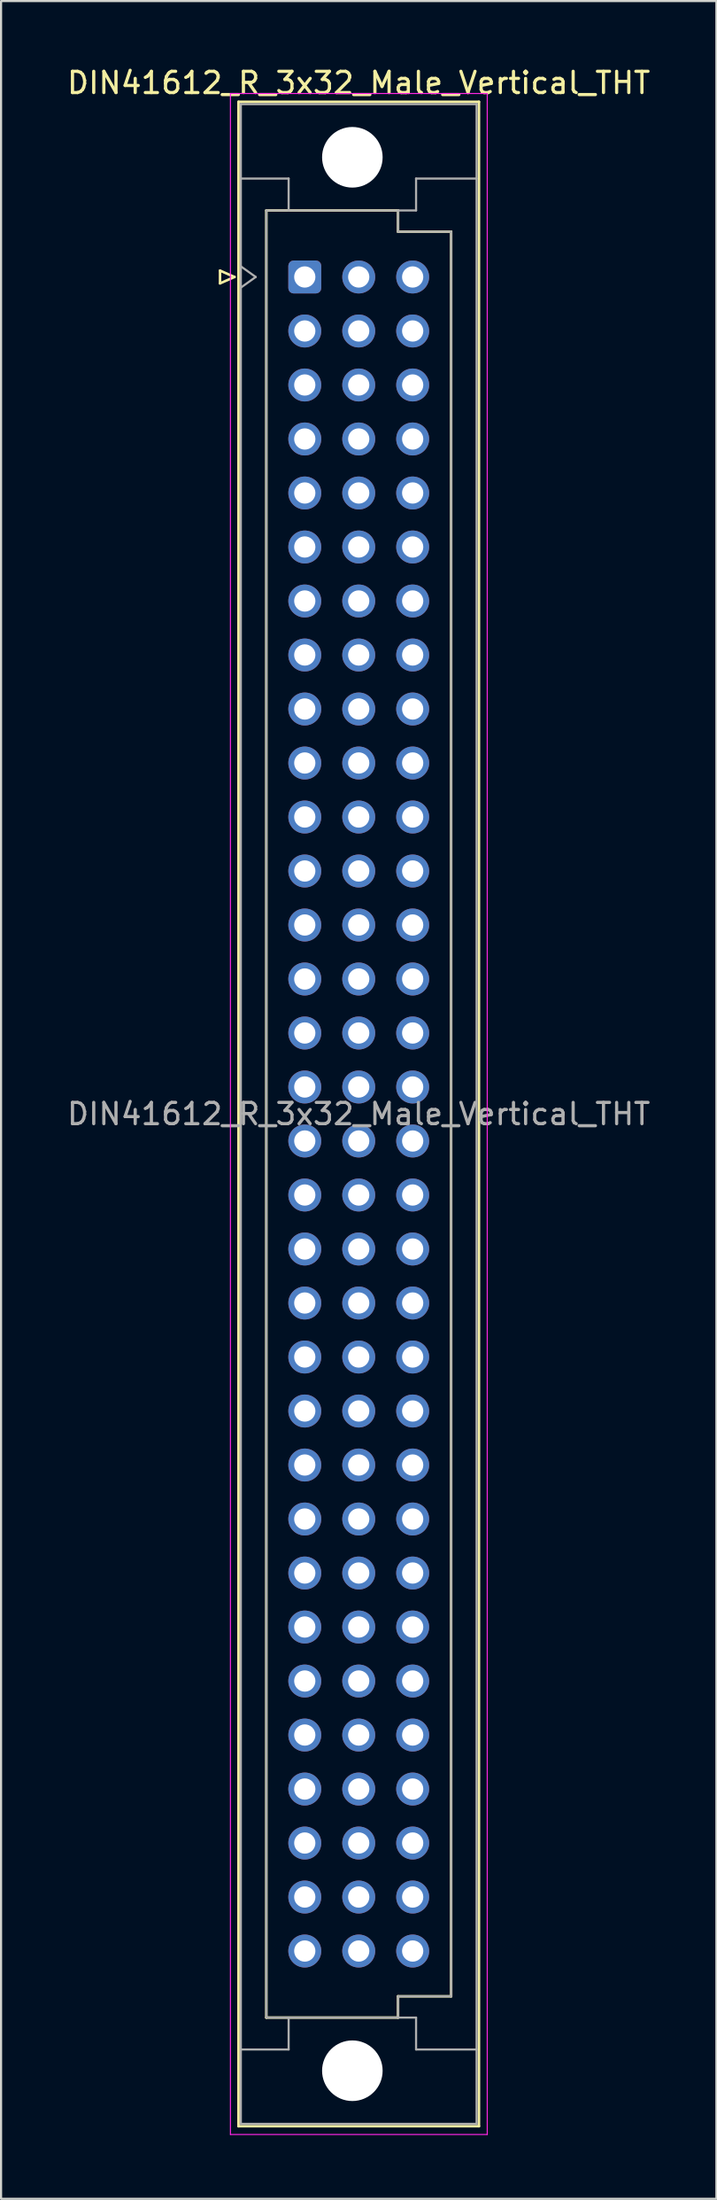
<source format=kicad_pcb>
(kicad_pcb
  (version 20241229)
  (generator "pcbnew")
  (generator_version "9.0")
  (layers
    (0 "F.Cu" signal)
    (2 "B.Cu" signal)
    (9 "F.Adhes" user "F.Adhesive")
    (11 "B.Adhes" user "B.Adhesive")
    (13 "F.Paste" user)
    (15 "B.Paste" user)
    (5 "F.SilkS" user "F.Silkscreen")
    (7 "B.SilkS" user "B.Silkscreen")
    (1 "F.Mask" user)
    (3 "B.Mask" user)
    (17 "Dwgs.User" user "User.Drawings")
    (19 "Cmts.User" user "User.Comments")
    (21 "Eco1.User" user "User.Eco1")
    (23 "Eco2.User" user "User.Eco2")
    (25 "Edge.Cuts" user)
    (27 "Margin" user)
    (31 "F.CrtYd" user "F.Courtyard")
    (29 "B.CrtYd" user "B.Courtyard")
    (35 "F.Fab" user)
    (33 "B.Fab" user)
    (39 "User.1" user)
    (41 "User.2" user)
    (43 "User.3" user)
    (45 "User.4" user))
  (footprint "DIN41612_R_3x32_Male_Vertical_THT"
    (layer "F.Cu")
    (at 11.299 9.978)
    (property "Reference" "DIN41612_R_3x32_Male_Vertical_THT" (at 2.54 -9.13 0) (layer "F.SilkS") (effects (font (size 1 1) (thickness 0.15))))
    (attr through_hole)
    (fp_line (start -3.99 -0.3) (end -3.99 0.3) (stroke (width 0.12) (type solid)) (layer "F.SilkS"))
    (fp_line (start -3.99 0.3) (end -3.31 0) (stroke (width 0.12) (type solid)) (layer "F.SilkS"))
    (fp_line (start -3.31 0) (end -3.99 -0.3) (stroke (width 0.12) (type solid)) (layer "F.SilkS"))
    (fp_line (start -3.12 -8.24) (end 8.2 -8.24) (stroke (width 0.12) (type solid)) (layer "F.SilkS"))
    (fp_line (start -3.12 86.98) (end -3.12 -8.24) (stroke (width 0.12) (type solid)) (layer "F.SilkS"))
    (fp_line (start -1.81 -3.131) (end 4.39 -3.131) (stroke (width 0.12) (type solid)) (layer "F.SilkS"))
    (fp_line (start -1.81 81.87) (end -1.81 -3.131) (stroke (width 0.12) (type solid)) (layer "F.SilkS"))
    (fp_line (start 4.39 -3.131) (end 4.39 -2.131) (stroke (width 0.12) (type solid)) (layer "F.SilkS"))
    (fp_line (start 4.39 -2.131) (end 6.89 -2.131) (stroke (width 0.12) (type solid)) (layer "F.SilkS"))
    (fp_line (start 4.39 80.87) (end 4.39 81.87) (stroke (width 0.12) (type solid)) (layer "F.SilkS"))
    (fp_line (start 4.39 81.87) (end -1.81 81.87) (stroke (width 0.12) (type solid)) (layer "F.SilkS"))
    (fp_line (start 6.89 -2.131) (end 6.89 80.87) (stroke (width 0.12) (type solid)) (layer "F.SilkS"))
    (fp_line (start 6.89 80.87) (end 4.39 80.87) (stroke (width 0.12) (type solid)) (layer "F.SilkS"))
    (fp_line (start 8.2 -8.24) (end 8.2 86.98) (stroke (width 0.12) (type solid)) (layer "F.SilkS"))
    (fp_line (start 8.2 86.98) (end -3.12 86.98) (stroke (width 0.12) (type solid)) (layer "F.SilkS"))
    (fp_line (start -3.5 -8.63) (end 8.59 -8.63) (stroke (width 0.05) (type solid)) (layer "F.CrtYd"))
    (fp_line (start -3.5 87.37) (end -3.5 -8.63) (stroke (width 0.05) (type solid)) (layer "F.CrtYd"))
    (fp_line (start 8.59 -8.63) (end 8.59 87.37) (stroke (width 0.05) (type solid)) (layer "F.CrtYd"))
    (fp_line (start 8.59 87.37) (end -3.5 87.37) (stroke (width 0.05) (type solid)) (layer "F.CrtYd"))
    (fp_line (start -3.01 -8.13) (end 8.09 -8.13) (stroke (width 0.1) (type solid)) (layer "F.Fab"))
    (fp_line (start -3.01 -4.63) (end -0.76 -4.63) (stroke (width 0.1) (type solid)) (layer "F.Fab"))
    (fp_line (start -3.01 -0.5) (end -2.31 0) (stroke (width 0.1) (type solid)) (layer "F.Fab"))
    (fp_line (start -3.01 83.37) (end -0.76 83.37) (stroke (width 0.1) (type solid)) (layer "F.Fab"))
    (fp_line (start -3.01 86.87) (end -3.01 -8.13) (stroke (width 0.1) (type solid)) (layer "F.Fab"))
    (fp_line (start -2.31 0) (end -3.01 0.5) (stroke (width 0.1) (type solid)) (layer "F.Fab"))
    (fp_line (start -1.81 -3.13) (end 4.39 -3.13) (stroke (width 0.1) (type solid)) (layer "F.Fab"))
    (fp_line (start -1.81 81.87) (end -1.81 -3.13) (stroke (width 0.1) (type solid)) (layer "F.Fab"))
    (fp_line (start -0.76 -4.63) (end -0.76 -3.13) (stroke (width 0.1) (type solid)) (layer "F.Fab"))
    (fp_line (start -0.76 83.37) (end -0.76 81.87) (stroke (width 0.1) (type solid)) (layer "F.Fab"))
    (fp_line (start 4.39 -3.13) (end 4.39 -2.13) (stroke (width 0.1) (type solid)) (layer "F.Fab"))
    (fp_line (start 4.39 -3.13) (end 5.24 -3.13) (stroke (width 0.1) (type solid)) (layer "F.Fab"))
    (fp_line (start 4.39 -2.13) (end 6.89 -2.13) (stroke (width 0.1) (type solid)) (layer "F.Fab"))
    (fp_line (start 4.39 80.87) (end 4.39 81.87) (stroke (width 0.1) (type solid)) (layer "F.Fab"))
    (fp_line (start 4.39 81.87) (end -1.81 81.87) (stroke (width 0.1) (type solid)) (layer "F.Fab"))
    (fp_line (start 4.39 81.87) (end 5.24 81.87) (stroke (width 0.1) (type solid)) (layer "F.Fab"))
    (fp_line (start 5.24 -4.63) (end 8.09 -4.63) (stroke (width 0.1) (type solid)) (layer "F.Fab"))
    (fp_line (start 5.24 -3.13) (end 5.24 -4.63) (stroke (width 0.1) (type solid)) (layer "F.Fab"))
    (fp_line (start 5.24 81.87) (end 5.24 83.37) (stroke (width 0.1) (type solid)) (layer "F.Fab"))
    (fp_line (start 5.24 83.37) (end 8.09 83.37) (stroke (width 0.1) (type solid)) (layer "F.Fab"))
    (fp_line (start 6.89 -2.13) (end 6.89 80.87) (stroke (width 0.1) (type solid)) (layer "F.Fab"))
    (fp_line (start 6.89 80.87) (end 4.39 80.87) (stroke (width 0.1) (type solid)) (layer "F.Fab"))
    (fp_line (start 8.09 -8.13) (end 8.09 86.87) (stroke (width 0.1) (type solid)) (layer "F.Fab"))
    (fp_line (start 8.09 86.87) (end -3.01 86.87) (stroke (width 0.1) (type solid)) (layer "F.Fab"))
    (fp_text user "${REFERENCE}" (at 2.54 39.37 0) (layer "F.Fab") (effects (font (size 1 1) (thickness 0.15))))
    (pad "" np_thru_hole circle (at 2.24 -5.63) (size 2.85 2.85) (drill 2.85) (layers "*.Cu" "*.Mask"))
    (pad "" np_thru_hole circle (at 2.24 84.37) (size 2.85 2.85) (drill 2.85) (layers "*.Cu" "*.Mask"))
    (pad "a1" thru_hole roundrect (at 0 0) (size 1.55 1.55) (drill 1) (layers "*.Cu" "*.Mask") (roundrect_rratio 0.161))
    (pad "a2" thru_hole circle (at 0 2.54) (size 1.55 1.55) (drill 1) (layers "*.Cu" "*.Mask"))
    (pad "a3" thru_hole circle (at 0 5.08) (size 1.55 1.55) (drill 1) (layers "*.Cu" "*.Mask"))
    (pad "a4" thru_hole circle (at 0 7.62) (size 1.55 1.55) (drill 1) (layers "*.Cu" "*.Mask"))
    (pad "a5" thru_hole circle (at 0 10.16) (size 1.55 1.55) (drill 1) (layers "*.Cu" "*.Mask"))
    (pad "a6" thru_hole circle (at 0 12.7) (size 1.55 1.55) (drill 1) (layers "*.Cu" "*.Mask"))
    (pad "a7" thru_hole circle (at 0 15.24) (size 1.55 1.55) (drill 1) (layers "*.Cu" "*.Mask"))
    (pad "a8" thru_hole circle (at 0 17.78) (size 1.55 1.55) (drill 1) (layers "*.Cu" "*.Mask"))
    (pad "a9" thru_hole circle (at 0 20.32) (size 1.55 1.55) (drill 1) (layers "*.Cu" "*.Mask"))
    (pad "a10" thru_hole circle (at 0 22.86) (size 1.55 1.55) (drill 1) (layers "*.Cu" "*.Mask"))
    (pad "a11" thru_hole circle (at 0 25.4) (size 1.55 1.55) (drill 1) (layers "*.Cu" "*.Mask"))
    (pad "a12" thru_hole circle (at 0 27.94) (size 1.55 1.55) (drill 1) (layers "*.Cu" "*.Mask"))
    (pad "a13" thru_hole circle (at 0 30.48) (size 1.55 1.55) (drill 1) (layers "*.Cu" "*.Mask"))
    (pad "a14" thru_hole circle (at 0 33.02) (size 1.55 1.55) (drill 1) (layers "*.Cu" "*.Mask"))
    (pad "a15" thru_hole circle (at 0 35.56) (size 1.55 1.55) (drill 1) (layers "*.Cu" "*.Mask"))
    (pad "a16" thru_hole circle (at 0 38.1) (size 1.55 1.55) (drill 1) (layers "*.Cu" "*.Mask"))
    (pad "a17" thru_hole circle (at 0 40.64) (size 1.55 1.55) (drill 1) (layers "*.Cu" "*.Mask"))
    (pad "a18" thru_hole circle (at 0 43.18) (size 1.55 1.55) (drill 1) (layers "*.Cu" "*.Mask"))
    (pad "a19" thru_hole circle (at 0 45.72) (size 1.55 1.55) (drill 1) (layers "*.Cu" "*.Mask"))
    (pad "a20" thru_hole circle (at 0 48.26) (size 1.55 1.55) (drill 1) (layers "*.Cu" "*.Mask"))
    (pad "a21" thru_hole circle (at 0 50.8) (size 1.55 1.55) (drill 1) (layers "*.Cu" "*.Mask"))
    (pad "a22" thru_hole circle (at 0 53.34) (size 1.55 1.55) (drill 1) (layers "*.Cu" "*.Mask"))
    (pad "a23" thru_hole circle (at 0 55.88) (size 1.55 1.55) (drill 1) (layers "*.Cu" "*.Mask"))
    (pad "a24" thru_hole circle (at 0 58.42) (size 1.55 1.55) (drill 1) (layers "*.Cu" "*.Mask"))
    (pad "a25" thru_hole circle (at 0 60.96) (size 1.55 1.55) (drill 1) (layers "*.Cu" "*.Mask"))
    (pad "a26" thru_hole circle (at 0 63.5) (size 1.55 1.55) (drill 1) (layers "*.Cu" "*.Mask"))
    (pad "a27" thru_hole circle (at 0 66.04) (size 1.55 1.55) (drill 1) (layers "*.Cu" "*.Mask"))
    (pad "a28" thru_hole circle (at 0 68.58) (size 1.55 1.55) (drill 1) (layers "*.Cu" "*.Mask"))
    (pad "a29" thru_hole circle (at 0 71.12) (size 1.55 1.55) (drill 1) (layers "*.Cu" "*.Mask"))
    (pad "a30" thru_hole circle (at 0 73.66) (size 1.55 1.55) (drill 1) (layers "*.Cu" "*.Mask"))
    (pad "a31" thru_hole circle (at 0 76.2) (size 1.55 1.55) (drill 1) (layers "*.Cu" "*.Mask"))
    (pad "a32" thru_hole circle (at 0 78.74) (size 1.55 1.55) (drill 1) (layers "*.Cu" "*.Mask"))
    (pad "b1" thru_hole circle (at 2.54 0) (size 1.55 1.55) (drill 1) (layers "*.Cu" "*.Mask"))
    (pad "b2" thru_hole circle (at 2.54 2.54) (size 1.55 1.55) (drill 1) (layers "*.Cu" "*.Mask"))
    (pad "b3" thru_hole circle (at 2.54 5.08) (size 1.55 1.55) (drill 1) (layers "*.Cu" "*.Mask"))
    (pad "b4" thru_hole circle (at 2.54 7.62) (size 1.55 1.55) (drill 1) (layers "*.Cu" "*.Mask"))
    (pad "b5" thru_hole circle (at 2.54 10.16) (size 1.55 1.55) (drill 1) (layers "*.Cu" "*.Mask"))
    (pad "b6" thru_hole circle (at 2.54 12.7) (size 1.55 1.55) (drill 1) (layers "*.Cu" "*.Mask"))
    (pad "b7" thru_hole circle (at 2.54 15.24) (size 1.55 1.55) (drill 1) (layers "*.Cu" "*.Mask"))
    (pad "b8" thru_hole circle (at 2.54 17.78) (size 1.55 1.55) (drill 1) (layers "*.Cu" "*.Mask"))
    (pad "b9" thru_hole circle (at 2.54 20.32) (size 1.55 1.55) (drill 1) (layers "*.Cu" "*.Mask"))
    (pad "b10" thru_hole circle (at 2.54 22.86) (size 1.55 1.55) (drill 1) (layers "*.Cu" "*.Mask"))
    (pad "b11" thru_hole circle (at 2.54 25.4) (size 1.55 1.55) (drill 1) (layers "*.Cu" "*.Mask"))
    (pad "b12" thru_hole circle (at 2.54 27.94) (size 1.55 1.55) (drill 1) (layers "*.Cu" "*.Mask"))
    (pad "b13" thru_hole circle (at 2.54 30.48) (size 1.55 1.55) (drill 1) (layers "*.Cu" "*.Mask"))
    (pad "b14" thru_hole circle (at 2.54 33.02) (size 1.55 1.55) (drill 1) (layers "*.Cu" "*.Mask"))
    (pad "b15" thru_hole circle (at 2.54 35.56) (size 1.55 1.55) (drill 1) (layers "*.Cu" "*.Mask"))
    (pad "b16" thru_hole circle (at 2.54 38.1) (size 1.55 1.55) (drill 1) (layers "*.Cu" "*.Mask"))
    (pad "b17" thru_hole circle (at 2.54 40.64) (size 1.55 1.55) (drill 1) (layers "*.Cu" "*.Mask"))
    (pad "b18" thru_hole circle (at 2.54 43.18) (size 1.55 1.55) (drill 1) (layers "*.Cu" "*.Mask"))
    (pad "b19" thru_hole circle (at 2.54 45.72) (size 1.55 1.55) (drill 1) (layers "*.Cu" "*.Mask"))
    (pad "b20" thru_hole circle (at 2.54 48.26) (size 1.55 1.55) (drill 1) (layers "*.Cu" "*.Mask"))
    (pad "b21" thru_hole circle (at 2.54 50.8) (size 1.55 1.55) (drill 1) (layers "*.Cu" "*.Mask"))
    (pad "b22" thru_hole circle (at 2.54 53.34) (size 1.55 1.55) (drill 1) (layers "*.Cu" "*.Mask"))
    (pad "b23" thru_hole circle (at 2.54 55.88) (size 1.55 1.55) (drill 1) (layers "*.Cu" "*.Mask"))
    (pad "b24" thru_hole circle (at 2.54 58.42) (size 1.55 1.55) (drill 1) (layers "*.Cu" "*.Mask"))
    (pad "b25" thru_hole circle (at 2.54 60.96) (size 1.55 1.55) (drill 1) (layers "*.Cu" "*.Mask"))
    (pad "b26" thru_hole circle (at 2.54 63.5) (size 1.55 1.55) (drill 1) (layers "*.Cu" "*.Mask"))
    (pad "b27" thru_hole circle (at 2.54 66.04) (size 1.55 1.55) (drill 1) (layers "*.Cu" "*.Mask"))
    (pad "b28" thru_hole circle (at 2.54 68.58) (size 1.55 1.55) (drill 1) (layers "*.Cu" "*.Mask"))
    (pad "b29" thru_hole circle (at 2.54 71.12) (size 1.55 1.55) (drill 1) (layers "*.Cu" "*.Mask"))
    (pad "b30" thru_hole circle (at 2.54 73.66) (size 1.55 1.55) (drill 1) (layers "*.Cu" "*.Mask"))
    (pad "b31" thru_hole circle (at 2.54 76.2) (size 1.55 1.55) (drill 1) (layers "*.Cu" "*.Mask"))
    (pad "b32" thru_hole circle (at 2.54 78.74) (size 1.55 1.55) (drill 1) (layers "*.Cu" "*.Mask"))
    (pad "c1" thru_hole circle (at 5.08 0) (size 1.55 1.55) (drill 1) (layers "*.Cu" "*.Mask"))
    (pad "c2" thru_hole circle (at 5.08 2.54) (size 1.55 1.55) (drill 1) (layers "*.Cu" "*.Mask"))
    (pad "c3" thru_hole circle (at 5.08 5.08) (size 1.55 1.55) (drill 1) (layers "*.Cu" "*.Mask"))
    (pad "c4" thru_hole circle (at 5.08 7.62) (size 1.55 1.55) (drill 1) (layers "*.Cu" "*.Mask"))
    (pad "c5" thru_hole circle (at 5.08 10.16) (size 1.55 1.55) (drill 1) (layers "*.Cu" "*.Mask"))
    (pad "c6" thru_hole circle (at 5.08 12.7) (size 1.55 1.55) (drill 1) (layers "*.Cu" "*.Mask"))
    (pad "c7" thru_hole circle (at 5.08 15.24) (size 1.55 1.55) (drill 1) (layers "*.Cu" "*.Mask"))
    (pad "c8" thru_hole circle (at 5.08 17.78) (size 1.55 1.55) (drill 1) (layers "*.Cu" "*.Mask"))
    (pad "c9" thru_hole circle (at 5.08 20.32) (size 1.55 1.55) (drill 1) (layers "*.Cu" "*.Mask"))
    (pad "c10" thru_hole circle (at 5.08 22.86) (size 1.55 1.55) (drill 1) (layers "*.Cu" "*.Mask"))
    (pad "c11" thru_hole circle (at 5.08 25.4) (size 1.55 1.55) (drill 1) (layers "*.Cu" "*.Mask"))
    (pad "c12" thru_hole circle (at 5.08 27.94) (size 1.55 1.55) (drill 1) (layers "*.Cu" "*.Mask"))
    (pad "c13" thru_hole circle (at 5.08 30.48) (size 1.55 1.55) (drill 1) (layers "*.Cu" "*.Mask"))
    (pad "c14" thru_hole circle (at 5.08 33.02) (size 1.55 1.55) (drill 1) (layers "*.Cu" "*.Mask"))
    (pad "c15" thru_hole circle (at 5.08 35.56) (size 1.55 1.55) (drill 1) (layers "*.Cu" "*.Mask"))
    (pad "c16" thru_hole circle (at 5.08 38.1) (size 1.55 1.55) (drill 1) (layers "*.Cu" "*.Mask"))
    (pad "c17" thru_hole circle (at 5.08 40.64) (size 1.55 1.55) (drill 1) (layers "*.Cu" "*.Mask"))
    (pad "c18" thru_hole circle (at 5.08 43.18) (size 1.55 1.55) (drill 1) (layers "*.Cu" "*.Mask"))
    (pad "c19" thru_hole circle (at 5.08 45.72) (size 1.55 1.55) (drill 1) (layers "*.Cu" "*.Mask"))
    (pad "c20" thru_hole circle (at 5.08 48.26) (size 1.55 1.55) (drill 1) (layers "*.Cu" "*.Mask"))
    (pad "c21" thru_hole circle (at 5.08 50.8) (size 1.55 1.55) (drill 1) (layers "*.Cu" "*.Mask"))
    (pad "c22" thru_hole circle (at 5.08 53.34) (size 1.55 1.55) (drill 1) (layers "*.Cu" "*.Mask"))
    (pad "c23" thru_hole circle (at 5.08 55.88) (size 1.55 1.55) (drill 1) (layers "*.Cu" "*.Mask"))
    (pad "c24" thru_hole circle (at 5.08 58.42) (size 1.55 1.55) (drill 1) (layers "*.Cu" "*.Mask"))
    (pad "c25" thru_hole circle (at 5.08 60.96) (size 1.55 1.55) (drill 1) (layers "*.Cu" "*.Mask"))
    (pad "c26" thru_hole circle (at 5.08 63.5) (size 1.55 1.55) (drill 1) (layers "*.Cu" "*.Mask"))
    (pad "c27" thru_hole circle (at 5.08 66.04) (size 1.55 1.55) (drill 1) (layers "*.Cu" "*.Mask"))
    (pad "c28" thru_hole circle (at 5.08 68.58) (size 1.55 1.55) (drill 1) (layers "*.Cu" "*.Mask"))
    (pad "c29" thru_hole circle (at 5.08 71.12) (size 1.55 1.55) (drill 1) (layers "*.Cu" "*.Mask"))
    (pad "c30" thru_hole circle (at 5.08 73.66) (size 1.55 1.55) (drill 1) (layers "*.Cu" "*.Mask"))
    (pad "c31" thru_hole circle (at 5.08 76.2) (size 1.55 1.55) (drill 1) (layers "*.Cu" "*.Mask"))
    (pad "c32" thru_hole circle (at 5.08 78.74) (size 1.55 1.55) (drill 1) (layers "*.Cu" "*.Mask")))
  (gr_rect
    (start -3 -3)
    (end 30.679 100.373)
    (stroke (width 0.1) (type default))
    (fill no)
    (layer "Edge.Cuts")))
</source>
